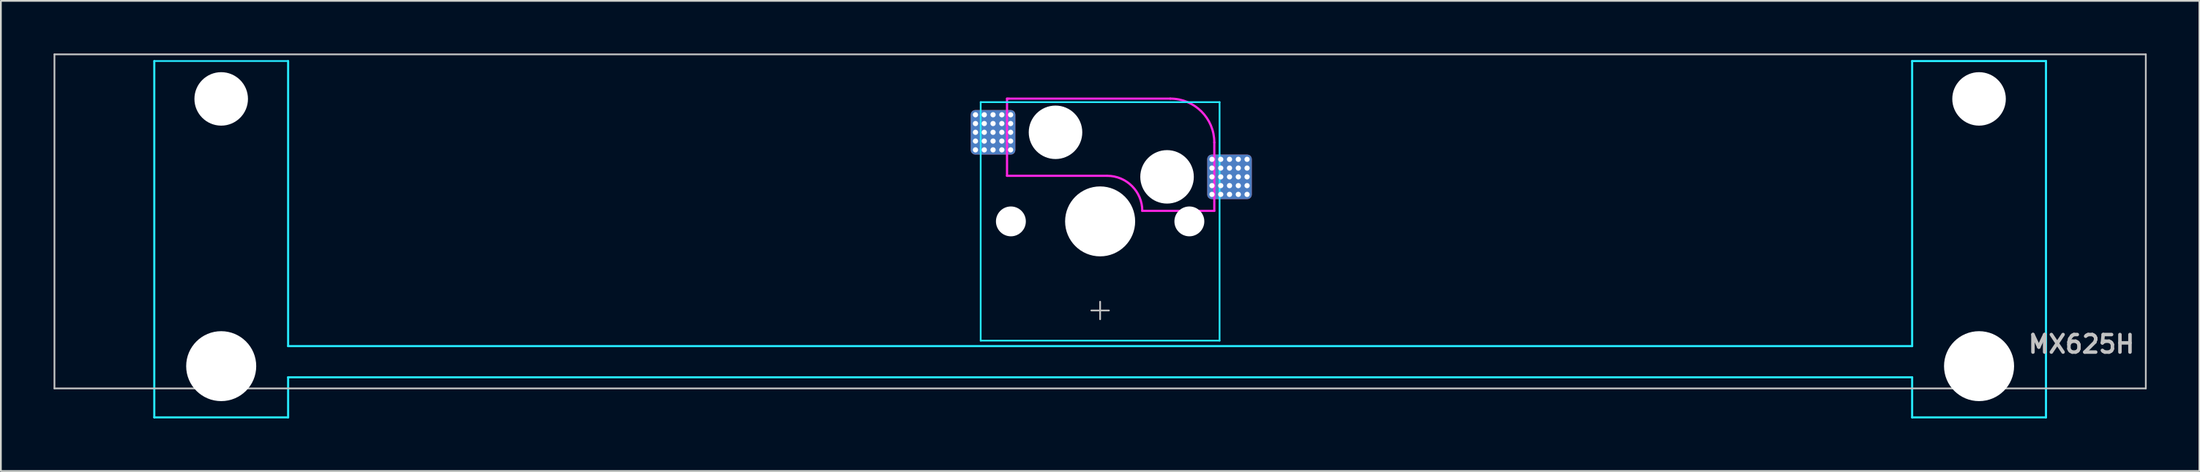
<source format=kicad_pcb>
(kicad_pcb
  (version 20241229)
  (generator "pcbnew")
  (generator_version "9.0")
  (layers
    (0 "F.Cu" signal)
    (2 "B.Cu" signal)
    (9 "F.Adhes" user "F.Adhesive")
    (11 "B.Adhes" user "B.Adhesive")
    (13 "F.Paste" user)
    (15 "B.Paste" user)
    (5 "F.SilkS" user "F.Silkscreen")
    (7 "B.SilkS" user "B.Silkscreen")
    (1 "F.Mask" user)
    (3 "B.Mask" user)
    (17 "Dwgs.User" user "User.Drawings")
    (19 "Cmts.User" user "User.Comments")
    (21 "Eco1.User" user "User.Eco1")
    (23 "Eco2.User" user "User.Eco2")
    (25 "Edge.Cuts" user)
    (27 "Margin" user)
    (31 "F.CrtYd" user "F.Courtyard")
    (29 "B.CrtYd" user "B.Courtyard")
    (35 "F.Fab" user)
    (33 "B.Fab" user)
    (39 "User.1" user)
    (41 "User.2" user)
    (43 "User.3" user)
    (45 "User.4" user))
  (footprint "MX625H"
    (layer "F.Cu")
    (at 59.581 9.575)
    (property "Reference" "MX625H" (at 59 7 0) (layer "Dwgs.User") (effects (font (size 1 1) (thickness 0.2)) (justify right)))
    (attr smd)
    (fp_line (start -59.531 -9.525) (end -59.531 9.525) (stroke (width 0.1) (type solid)) (layer "Dwgs.User"))
    (fp_line (start -59.531 -9.525) (end 59.531 -9.525) (stroke (width 0.1) (type solid)) (layer "Dwgs.User"))
    (fp_line (start -59.531 9.525) (end 59.531 9.525) (stroke (width 0.1) (type solid)) (layer "Dwgs.User"))
    (fp_line (start -0.5 5.08) (end 0.5 5.08) (stroke (width 0.1) (type solid)) (layer "Dwgs.User"))
    (fp_line (start 0 4.58) (end 0 5.58) (stroke (width 0.1) (type solid)) (layer "Dwgs.User"))
    (fp_line (start 59.531 -9.525) (end 59.531 9.525) (stroke (width 0.1) (type solid)) (layer "Dwgs.User"))
    (fp_line (start -53.538 -5.485) (end -53.538 8.515) (stroke (width 0.1) (type solid)) (layer "Eco1.User"))
    (fp_line (start -53.038 -5.985) (end -47.038 -5.985) (stroke (width 0.1) (type solid)) (layer "Eco1.User"))
    (fp_line (start -47.038 9.015) (end -53.038 9.015) (stroke (width 0.1) (type solid)) (layer "Eco1.User"))
    (fp_line (start -46.538 8.515) (end -46.538 -5.485) (stroke (width 0.1) (type solid)) (layer "Eco1.User"))
    (fp_line (start -7 -6.5) (end -7 6.5) (stroke (width 0.1) (type solid)) (layer "Eco1.User"))
    (fp_line (start -6.5 7) (end 6.5 7) (stroke (width 0.1) (type solid)) (layer "Eco1.User"))
    (fp_line (start 6.5 -7) (end -6.5 -7) (stroke (width 0.1) (type solid)) (layer "Eco1.User"))
    (fp_line (start 7 6.5) (end 7 -6.5) (stroke (width 0.1) (type solid)) (layer "Eco1.User"))
    (fp_line (start 46.538 -5.485) (end 46.538 8.515) (stroke (width 0.1) (type solid)) (layer "Eco1.User"))
    (fp_line (start 47.038 -5.985) (end 53.038 -5.985) (stroke (width 0.1) (type solid)) (layer "Eco1.User"))
    (fp_line (start 53.038 9.015) (end 47.038 9.015) (stroke (width 0.1) (type solid)) (layer "Eco1.User"))
    (fp_line (start 53.538 8.515) (end 53.538 -5.485) (stroke (width 0.1) (type solid)) (layer "Eco1.User"))
    (fp_arc (start -53.538 -5.485) (mid -53.391553 -5.838553) (end -53.038 -5.985) (stroke (width 0.1) (type solid)) (layer "Eco1.User"))
    (fp_arc (start -53.038 9.015) (mid -53.391553 8.868553) (end -53.538 8.515) (stroke (width 0.1) (type solid)) (layer "Eco1.User"))
    (fp_arc (start -47.038 -5.985) (mid -46.684447 -5.838553) (end -46.538 -5.485) (stroke (width 0.1) (type solid)) (layer "Eco1.User"))
    (fp_arc (start -46.538 8.515) (mid -46.684447 8.868553) (end -47.038 9.015) (stroke (width 0.1) (type solid)) (layer "Eco1.User"))
    (fp_arc (start -7 -6.5) (mid -6.853553 -6.853553) (end -6.5 -7) (stroke (width 0.1) (type solid)) (layer "Eco1.User"))
    (fp_arc (start -6.5 7) (mid -6.853553 6.853553) (end -7 6.5) (stroke (width 0.1) (type solid)) (layer "Eco1.User"))
    (fp_arc (start 6.5 -7) (mid 6.853553 -6.853553) (end 7 -6.5) (stroke (width 0.1) (type solid)) (layer "Eco1.User"))
    (fp_arc (start 7 6.5) (mid 6.853553 6.853553) (end 6.5 7) (stroke (width 0.1) (type solid)) (layer "Eco1.User"))
    (fp_arc (start 46.538 -5.485) (mid 46.684447 -5.838553) (end 47.038 -5.985) (stroke (width 0.1) (type solid)) (layer "Eco1.User"))
    (fp_arc (start 47.038 9.015) (mid 46.684447 8.868553) (end 46.538 8.515) (stroke (width 0.1) (type solid)) (layer "Eco1.User"))
    (fp_arc (start 53.038 -5.985) (mid 53.391553 -5.838553) (end 53.538 -5.485) (stroke (width 0.1) (type solid)) (layer "Eco1.User"))
    (fp_arc (start 53.538 8.515) (mid 53.391553 8.868553) (end 53.038 9.015) (stroke (width 0.1) (type solid)) (layer "Eco1.User"))
    (fp_line (start -53.848 -9.144) (end -46.228 -9.144) (stroke (width 0.1) (type solid)) (layer "B.CrtYd"))
    (fp_line (start -53.848 11.176) (end -53.848 -9.144) (stroke (width 0.12) (type solid)) (layer "B.CrtYd"))
    (fp_line (start -53.848 11.176) (end -46.228 11.176) (stroke (width 0.12) (type solid)) (layer "B.CrtYd"))
    (fp_line (start -46.228 7.112) (end -46.228 -9.144) (stroke (width 0.12) (type solid)) (layer "B.CrtYd"))
    (fp_line (start -46.228 7.112) (end 46.228 7.112) (stroke (width 0.12) (type solid)) (layer "B.CrtYd"))
    (fp_line (start -46.228 8.89) (end 46.228 8.89) (stroke (width 0.12) (type solid)) (layer "B.CrtYd"))
    (fp_line (start -46.228 11.176) (end -46.228 8.89) (stroke (width 0.12) (type solid)) (layer "B.CrtYd"))
    (fp_line (start -6.8 -6.8) (end -6.8 6.8) (stroke (width 0.1) (type solid)) (layer "B.CrtYd"))
    (fp_line (start 6.8 -6.8) (end -6.8 -6.8) (stroke (width 0.1) (type solid)) (layer "B.CrtYd"))
    (fp_line (start 6.8 -6.8) (end 6.8 6.8) (stroke (width 0.1) (type solid)) (layer "B.CrtYd"))
    (fp_line (start 6.8 6.8) (end -6.8 6.8) (stroke (width 0.1) (type solid)) (layer "B.CrtYd"))
    (fp_line (start 46.228 7.112) (end 46.228 -9.144) (stroke (width 0.12) (type solid)) (layer "B.CrtYd"))
    (fp_line (start 46.228 11.176) (end 46.228 8.89) (stroke (width 0.12) (type solid)) (layer "B.CrtYd"))
    (fp_line (start 53.848 -9.144) (end 46.228 -9.144) (stroke (width 0.12) (type solid)) (layer "B.CrtYd"))
    (fp_line (start 53.848 11.176) (end 46.228 11.176) (stroke (width 0.12) (type solid)) (layer "B.CrtYd"))
    (fp_line (start 53.848 11.176) (end 53.848 -9.144) (stroke (width 0.12) (type solid)) (layer "B.CrtYd"))
    (fp_line (start -5.3 -7) (end -5.3 -2.6) (stroke (width 0.127) (type solid)) (layer "F.CrtYd"))
    (fp_line (start -5.2 -7) (end -5.3 -7) (stroke (width 0.12) (type solid)) (layer "F.CrtYd"))
    (fp_line (start 0.4 -2.6) (end -5.3 -2.6) (stroke (width 0.127) (type solid)) (layer "F.CrtYd"))
    (fp_line (start 4 -7) (end -5.2 -7) (stroke (width 0.12) (type solid)) (layer "F.CrtYd"))
    (fp_line (start 6.5 -4.5) (end 6.5 -0.6) (stroke (width 0.127) (type solid)) (layer "F.CrtYd"))
    (fp_line (start 6.5 -0.6) (end 2.4 -0.6) (stroke (width 0.12) (type solid)) (layer "F.CrtYd"))
    (fp_arc (start 0.4 -2.6) (mid 1.814214 -2.014214) (end 2.4 -0.6) (stroke (width 0.127) (type solid)) (layer "F.CrtYd"))
    (fp_arc (start 4 -7) (mid 5.767767 -6.267767) (end 6.5 -4.5) (stroke (width 0.127) (type solid)) (layer "F.CrtYd"))
    (pad "" np_thru_hole circle (at -50.038 -6.985) (size 3.048 3.048) (drill 3.048) (layers "*.Cu" "*.Mask"))
    (pad "" np_thru_hole circle (at -50.038 8.255) (size 3.988 3.988) (drill 3.988) (layers "*.Cu" "*.Mask"))
    (pad "" np_thru_hole circle (at -5.08 0) (size 1.702 1.702) (drill 1.702) (layers "*.Cu" "*.Mask"))
    (pad "" np_thru_hole circle (at -2.54 -5.08) (size 3.048 3.048) (drill 3.048) (layers "*.Cu" "*.Mask"))
    (pad "" np_thru_hole circle (at 0 0) (size 3.988 3.988) (drill 3.988) (layers "*.Cu" "*.Mask"))
    (pad "" np_thru_hole circle (at 3.81 -2.54) (size 3.048 3.048) (drill 3.048) (layers "*.Cu" "*.Mask"))
    (pad "" np_thru_hole circle (at 5.08 0) (size 1.702 1.702) (drill 1.702) (layers "*.Cu" "*.Mask"))
    (pad "" np_thru_hole circle (at 50.038 -6.985) (size 3.048 3.048) (drill 3.048) (layers "*.Cu" "*.Mask"))
    (pad "" np_thru_hole circle (at 50.038 8.255) (size 3.988 3.988) (drill 3.988) (layers "*.Cu" "*.Mask"))
    (pad "1" thru_hole circle (at -7.096 -6.08) (size 0.3 0.3) (drill 0.3) (layers "*.Cu" "F.Mask"))
    (pad "1" thru_hole circle (at -7.096 -5.58) (size 0.3 0.3) (drill 0.3) (layers "*.Cu" "F.Mask"))
    (pad "1" thru_hole circle (at -7.096 -5.08) (size 0.3 0.3) (drill 0.3) (layers "*.Cu" "F.Mask"))
    (pad "1" thru_hole circle (at -7.096 -4.58) (size 0.3 0.3) (drill 0.3) (layers "*.Cu" "F.Mask"))
    (pad "1" thru_hole circle (at -7.096 -4.08) (size 0.3 0.3) (drill 0.3) (layers "*.Cu" "F.Mask"))
    (pad "1" thru_hole circle (at -6.596 -6.08) (size 0.3 0.3) (drill 0.3) (layers "*.Cu" "F.Mask"))
    (pad "1" thru_hole circle (at -6.596 -5.58) (size 0.3 0.3) (drill 0.3) (layers "*.Cu" "F.Mask"))
    (pad "1" thru_hole circle (at -6.596 -5.08) (size 0.3 0.3) (drill 0.3) (layers "*.Cu" "F.Mask"))
    (pad "1" thru_hole circle (at -6.596 -4.58) (size 0.3 0.3) (drill 0.3) (layers "*.Cu" "F.Mask"))
    (pad "1" thru_hole circle (at -6.596 -4.08) (size 0.3 0.3) (drill 0.3) (layers "*.Cu" "F.Mask"))
    (pad "1" thru_hole circle (at -6.096 -6.08) (size 0.3 0.3) (drill 0.3) (layers "*.Cu" "F.Mask"))
    (pad "1" thru_hole circle (at -6.096 -5.58) (size 0.3 0.3) (drill 0.3) (layers "*.Cu" "F.Mask"))
    (pad "1" thru_hole circle (at -6.096 -5.08) (size 0.3 0.3) (drill 0.3) (layers "*.Cu" "F.Mask"))
    (pad "1" smd roundrect (at -6.096 -5.08) (size 2.54 2.54) (layers "F.Cu" "F.Mask") (roundrect_rratio 0.1))
    (pad "1" smd roundrect (at -6.096 -5.08) (size 2.54 2.54) (layers "B.Cu") (roundrect_rratio 0.1))
    (pad "1" thru_hole circle (at -6.096 -4.58) (size 0.3 0.3) (drill 0.3) (layers "*.Cu" "F.Mask"))
    (pad "1" thru_hole circle (at -6.096 -4.08) (size 0.3 0.3) (drill 0.3) (layers "*.Cu" "F.Mask"))
    (pad "1" thru_hole circle (at -5.596 -6.08) (size 0.3 0.3) (drill 0.3) (layers "*.Cu" "F.Mask"))
    (pad "1" thru_hole circle (at -5.596 -5.58) (size 0.3 0.3) (drill 0.3) (layers "*.Cu" "F.Mask"))
    (pad "1" thru_hole circle (at -5.596 -5.08) (size 0.3 0.3) (drill 0.3) (layers "*.Cu" "F.Mask"))
    (pad "1" thru_hole circle (at -5.596 -4.58) (size 0.3 0.3) (drill 0.3) (layers "*.Cu" "F.Mask"))
    (pad "1" thru_hole circle (at -5.596 -4.08) (size 0.3 0.3) (drill 0.3) (layers "*.Cu" "F.Mask"))
    (pad "1" thru_hole circle (at -5.096 -6.08) (size 0.3 0.3) (drill 0.3) (layers "*.Cu" "F.Mask"))
    (pad "1" thru_hole circle (at -5.096 -5.58) (size 0.3 0.3) (drill 0.3) (layers "*.Cu" "F.Mask"))
    (pad "1" thru_hole circle (at -5.096 -5.08) (size 0.3 0.3) (drill 0.3) (layers "*.Cu" "F.Mask"))
    (pad "1" thru_hole circle (at -5.096 -4.58) (size 0.3 0.3) (drill 0.3) (layers "*.Cu" "F.Mask"))
    (pad "1" thru_hole circle (at -5.096 -4.08) (size 0.3 0.3) (drill 0.3) (layers "*.Cu" "F.Mask"))
    (pad "2" thru_hole circle (at 6.366 -3.54) (size 0.3 0.3) (drill 0.3) (layers "*.Cu" "F.Mask"))
    (pad "2" thru_hole circle (at 6.366 -3.04) (size 0.3 0.3) (drill 0.3) (layers "*.Cu" "F.Mask"))
    (pad "2" thru_hole circle (at 6.366 -2.54) (size 0.3 0.3) (drill 0.3) (layers "*.Cu" "F.Mask"))
    (pad "2" thru_hole circle (at 6.366 -2.04) (size 0.3 0.3) (drill 0.3) (layers "*.Cu" "F.Mask"))
    (pad "2" thru_hole circle (at 6.366 -1.54) (size 0.3 0.3) (drill 0.3) (layers "*.Cu" "F.Mask"))
    (pad "2" thru_hole circle (at 6.866 -3.54) (size 0.3 0.3) (drill 0.3) (layers "*.Cu" "F.Mask"))
    (pad "2" thru_hole circle (at 6.866 -3.04) (size 0.3 0.3) (drill 0.3) (layers "*.Cu" "F.Mask"))
    (pad "2" thru_hole circle (at 6.866 -2.54) (size 0.3 0.3) (drill 0.3) (layers "*.Cu" "F.Mask"))
    (pad "2" thru_hole circle (at 6.866 -2.04) (size 0.3 0.3) (drill 0.3) (layers "*.Cu" "F.Mask"))
    (pad "2" thru_hole circle (at 6.866 -1.54) (size 0.3 0.3) (drill 0.3) (layers "*.Cu" "F.Mask"))
    (pad "2" thru_hole circle (at 7.366 -3.54) (size 0.3 0.3) (drill 0.3) (layers "*.Cu" "F.Mask"))
    (pad "2" thru_hole circle (at 7.366 -3.04) (size 0.3 0.3) (drill 0.3) (layers "*.Cu" "F.Mask"))
    (pad "2" thru_hole circle (at 7.366 -2.54) (size 0.3 0.3) (drill 0.3) (layers "*.Cu" "F.Mask"))
    (pad "2" smd roundrect (at 7.366 -2.54) (size 2.54 2.54) (layers "F.Cu" "F.Mask") (roundrect_rratio 0.1))
    (pad "2" smd roundrect (at 7.366 -2.54) (size 2.54 2.54) (layers "B.Cu") (roundrect_rratio 0.1))
    (pad "2" thru_hole circle (at 7.366 -2.04) (size 0.3 0.3) (drill 0.3) (layers "*.Cu" "F.Mask"))
    (pad "2" thru_hole circle (at 7.366 -1.54) (size 0.3 0.3) (drill 0.3) (layers "*.Cu" "F.Mask"))
    (pad "2" thru_hole circle (at 7.866 -3.54) (size 0.3 0.3) (drill 0.3) (layers "*.Cu" "F.Mask"))
    (pad "2" thru_hole circle (at 7.866 -3.04) (size 0.3 0.3) (drill 0.3) (layers "*.Cu" "F.Mask"))
    (pad "2" thru_hole circle (at 7.866 -2.54) (size 0.3 0.3) (drill 0.3) (layers "*.Cu" "F.Mask"))
    (pad "2" thru_hole circle (at 7.866 -2.04) (size 0.3 0.3) (drill 0.3) (layers "*.Cu" "F.Mask"))
    (pad "2" thru_hole circle (at 7.866 -1.54) (size 0.3 0.3) (drill 0.3) (layers "*.Cu" "F.Mask"))
    (pad "2" thru_hole circle (at 8.366 -3.54) (size 0.3 0.3) (drill 0.3) (layers "*.Cu" "F.Mask"))
    (pad "2" thru_hole circle (at 8.366 -3.04) (size 0.3 0.3) (drill 0.3) (layers "*.Cu" "F.Mask"))
    (pad "2" thru_hole circle (at 8.366 -2.54) (size 0.3 0.3) (drill 0.3) (layers "*.Cu" "F.Mask"))
    (pad "2" thru_hole circle (at 8.366 -2.04) (size 0.3 0.3) (drill 0.3) (layers "*.Cu" "F.Mask"))
    (pad "2" thru_hole circle (at 8.366 -1.54) (size 0.3 0.3) (drill 0.3) (layers "*.Cu" "F.Mask")))
  (gr_rect
    (start -3 -3)
    (end 122.162 23.811)
    (stroke (width 0.1) (type default))
    (fill no)
    (layer "Edge.Cuts")))
</source>
